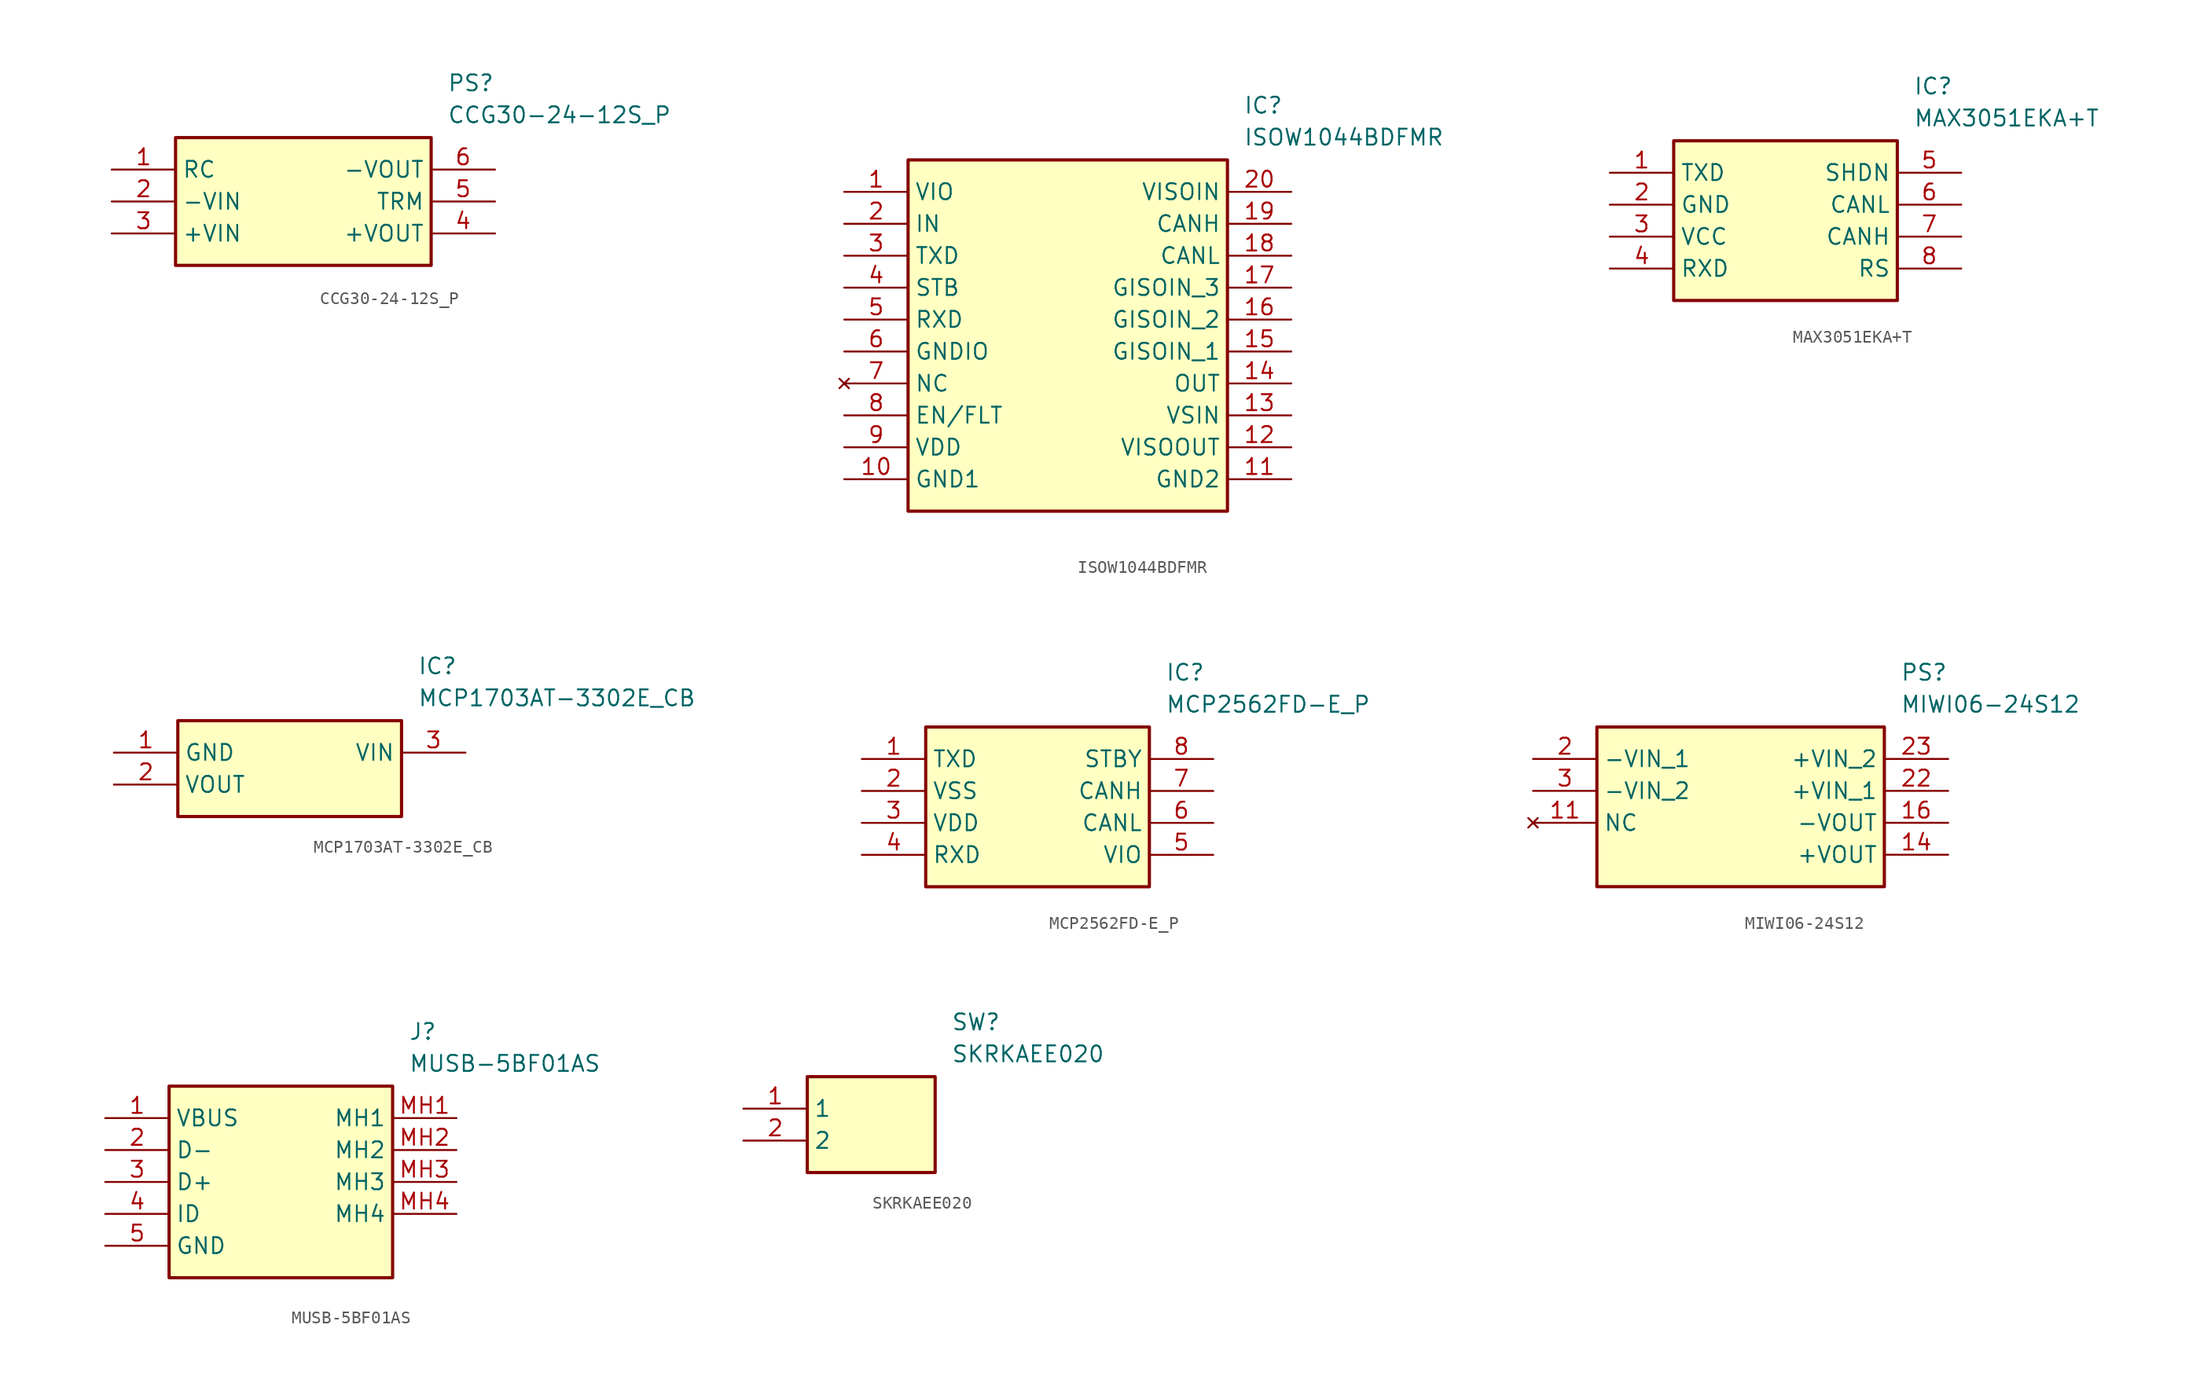
<source format=kicad_sym>
(kicad_symbol_lib
  (version 20220914)
  (generator kicad_symbol_editor)
  (symbol "CCG30-24-12S_P"
    (property "Reference" "PS"
      (at 26.67 7.62 0)
      (effects (font (size 1.27 1.27)) (justify left top)))
    (property "Value" "CCG30-24-12S_P"
      (at 26.67 5.08 0)
      (effects (font (size 1.27 1.27)) (justify left top)))
    (symbol "CCG30-24-12S_P_1_1"
      (rectangle (start 5.08 2.54) (end 25.4 -7.62) (stroke (width 0.254) (type default)) (fill (type background)))
      (pin passive line (at 0 0 0) (length 5.08) (name "RC" (effects (font (size 1.27 1.27)))) (number "1" (effects (font (size 1.27 1.27)))))
      (pin passive line (at 0 -2.54 0) (length 5.08) (name "-VIN" (effects (font (size 1.27 1.27)))) (number "2" (effects (font (size 1.27 1.27)))))
      (pin passive line (at 0 -5.08 0) (length 5.08) (name "+VIN" (effects (font (size 1.27 1.27)))) (number "3" (effects (font (size 1.27 1.27)))))
      (pin passive line (at 30.48 -5.08 180) (length 5.08) (name "+VOUT" (effects (font (size 1.27 1.27)))) (number "4" (effects (font (size 1.27 1.27)))))
      (pin passive line (at 30.48 -2.54 180) (length 5.08) (name "TRM" (effects (font (size 1.27 1.27)))) (number "5" (effects (font (size 1.27 1.27)))))
      (pin passive line (at 30.48 0 180) (length 5.08) (name "-VOUT" (effects (font (size 1.27 1.27)))) (number "6" (effects (font (size 1.27 1.27)))))))
  (symbol "ISOW1044BDFMR"
    (property "Reference" "IC"
      (at 31.75 7.62 0)
      (effects (font (size 1.27 1.27)) (justify left top)))
    (property "Value" "ISOW1044BDFMR"
      (at 31.75 5.08 0)
      (effects (font (size 1.27 1.27)) (justify left top)))
    (symbol "ISOW1044BDFMR_1_1"
      (rectangle (start 5.08 2.54) (end 30.48 -25.4) (stroke (width 0.254) (type default)) (fill (type background)))
      (pin passive line (at 0 0 0) (length 5.08) (name "VIO" (effects (font (size 1.27 1.27)))) (number "1" (effects (font (size 1.27 1.27)))))
      (pin passive line (at 0 -22.86 0) (length 5.08) (name "GND1" (effects (font (size 1.27 1.27)))) (number "10" (effects (font (size 1.27 1.27)))))
      (pin passive line (at 35.56 -22.86 180) (length 5.08) (name "GND2" (effects (font (size 1.27 1.27)))) (number "11" (effects (font (size 1.27 1.27)))))
      (pin passive line (at 35.56 -20.32 180) (length 5.08) (name "VISOOUT" (effects (font (size 1.27 1.27)))) (number "12" (effects (font (size 1.27 1.27)))))
      (pin passive line (at 35.56 -17.78 180) (length 5.08) (name "VSIN" (effects (font (size 1.27 1.27)))) (number "13" (effects (font (size 1.27 1.27)))))
      (pin passive line (at 35.56 -15.24 180) (length 5.08) (name "OUT" (effects (font (size 1.27 1.27)))) (number "14" (effects (font (size 1.27 1.27)))))
      (pin passive line (at 35.56 -12.7 180) (length 5.08) (name "GISOIN_1" (effects (font (size 1.27 1.27)))) (number "15" (effects (font (size 1.27 1.27)))))
      (pin passive line (at 35.56 -10.16 180) (length 5.08) (name "GISOIN_2" (effects (font (size 1.27 1.27)))) (number "16" (effects (font (size 1.27 1.27)))))
      (pin passive line (at 35.56 -7.62 180) (length 5.08) (name "GISOIN_3" (effects (font (size 1.27 1.27)))) (number "17" (effects (font (size 1.27 1.27)))))
      (pin passive line (at 35.56 -5.08 180) (length 5.08) (name "CANL" (effects (font (size 1.27 1.27)))) (number "18" (effects (font (size 1.27 1.27)))))
      (pin passive line (at 35.56 -2.54 180) (length 5.08) (name "CANH" (effects (font (size 1.27 1.27)))) (number "19" (effects (font (size 1.27 1.27)))))
      (pin passive line (at 0 -2.54 0) (length 5.08) (name "IN" (effects (font (size 1.27 1.27)))) (number "2" (effects (font (size 1.27 1.27)))))
      (pin passive line (at 35.56 0 180) (length 5.08) (name "VISOIN" (effects (font (size 1.27 1.27)))) (number "20" (effects (font (size 1.27 1.27)))))
      (pin passive line (at 0 -5.08 0) (length 5.08) (name "TXD" (effects (font (size 1.27 1.27)))) (number "3" (effects (font (size 1.27 1.27)))))
      (pin passive line (at 0 -7.62 0) (length 5.08) (name "STB" (effects (font (size 1.27 1.27)))) (number "4" (effects (font (size 1.27 1.27)))))
      (pin passive line (at 0 -10.16 0) (length 5.08) (name "RXD" (effects (font (size 1.27 1.27)))) (number "5" (effects (font (size 1.27 1.27)))))
      (pin passive line (at 0 -12.7 0) (length 5.08) (name "GNDIO" (effects (font (size 1.27 1.27)))) (number "6" (effects (font (size 1.27 1.27)))))
      (pin no_connect line (at 0 -15.24 0) (length 5.08) (name "NC" (effects (font (size 1.27 1.27)))) (number "7" (effects (font (size 1.27 1.27)))))
      (pin passive line (at 0 -17.78 0) (length 5.08) (name "EN/FLT" (effects (font (size 1.27 1.27)))) (number "8" (effects (font (size 1.27 1.27)))))
      (pin passive line (at 0 -20.32 0) (length 5.08) (name "VDD" (effects (font (size 1.27 1.27)))) (number "9" (effects (font (size 1.27 1.27)))))))
  (symbol "MAX3051EKA+T"
    (property "Reference" "IC"
      (at 24.13 7.62 0)
      (effects (font (size 1.27 1.27)) (justify left top)))
    (property "Value" "MAX3051EKA+T"
      (at 24.13 5.08 0)
      (effects (font (size 1.27 1.27)) (justify left top)))
    (symbol "MAX3051EKA+T_1_1"
      (rectangle (start 5.08 2.54) (end 22.86 -10.16) (stroke (width 0.254) (type default)) (fill (type background)))
      (pin bidirectional line (at 0 0 0) (length 5.08) (name "TXD" (effects (font (size 1.27 1.27)))) (number "1" (effects (font (size 1.27 1.27)))))
      (pin power_in line (at 0 -2.54 0) (length 5.08) (name "GND" (effects (font (size 1.27 1.27)))) (number "2" (effects (font (size 1.27 1.27)))))
      (pin power_in line (at 0 -5.08 0) (length 5.08) (name "VCC" (effects (font (size 1.27 1.27)))) (number "3" (effects (font (size 1.27 1.27)))))
      (pin bidirectional line (at 0 -7.62 0) (length 5.08) (name "RXD" (effects (font (size 1.27 1.27)))) (number "4" (effects (font (size 1.27 1.27)))))
      (pin input line (at 27.94 0 180) (length 5.08) (name "SHDN" (effects (font (size 1.27 1.27)))) (number "5" (effects (font (size 1.27 1.27)))))
      (pin bidirectional line (at 27.94 -2.54 180) (length 5.08) (name "CANL" (effects (font (size 1.27 1.27)))) (number "6" (effects (font (size 1.27 1.27)))))
      (pin bidirectional line (at 27.94 -5.08 180) (length 5.08) (name "CANH" (effects (font (size 1.27 1.27)))) (number "7" (effects (font (size 1.27 1.27)))))
      (pin input line (at 27.94 -7.62 180) (length 5.08) (name "RS" (effects (font (size 1.27 1.27)))) (number "8" (effects (font (size 1.27 1.27)))))))
  (symbol "MCP1703AT-3302E_CB"
    (property "Reference" "IC"
      (at 24.13 7.62 0)
      (effects (font (size 1.27 1.27)) (justify left top)))
    (property "Value" "MCP1703AT-3302E_CB"
      (at 24.13 5.08 0)
      (effects (font (size 1.27 1.27)) (justify left top)))
    (symbol "MCP1703AT-3302E_CB_1_1"
      (rectangle (start 5.08 2.54) (end 22.86 -5.08) (stroke (width 0.254) (type default)) (fill (type background)))
      (pin passive line (at 0 0 0) (length 5.08) (name "GND" (effects (font (size 1.27 1.27)))) (number "1" (effects (font (size 1.27 1.27)))))
      (pin passive line (at 0 -2.54 0) (length 5.08) (name "VOUT" (effects (font (size 1.27 1.27)))) (number "2" (effects (font (size 1.27 1.27)))))
      (pin passive line (at 27.94 0 180) (length 5.08) (name "VIN" (effects (font (size 1.27 1.27)))) (number "3" (effects (font (size 1.27 1.27)))))))
  (symbol "MCP2562FD-E_P"
    (property "Reference" "IC"
      (at 24.13 7.62 0)
      (effects (font (size 1.27 1.27)) (justify left top)))
    (property "Value" "MCP2562FD-E_P"
      (at 24.13 5.08 0)
      (effects (font (size 1.27 1.27)) (justify left top)))
    (symbol "MCP2562FD-E_P_1_1"
      (rectangle (start 5.08 2.54) (end 22.86 -10.16) (stroke (width 0.254) (type default)) (fill (type background)))
      (pin passive line (at 0 0 0) (length 5.08) (name "TXD" (effects (font (size 1.27 1.27)))) (number "1" (effects (font (size 1.27 1.27)))))
      (pin passive line (at 0 -2.54 0) (length 5.08) (name "VSS" (effects (font (size 1.27 1.27)))) (number "2" (effects (font (size 1.27 1.27)))))
      (pin passive line (at 0 -5.08 0) (length 5.08) (name "VDD" (effects (font (size 1.27 1.27)))) (number "3" (effects (font (size 1.27 1.27)))))
      (pin passive line (at 0 -7.62 0) (length 5.08) (name "RXD" (effects (font (size 1.27 1.27)))) (number "4" (effects (font (size 1.27 1.27)))))
      (pin passive line (at 27.94 -7.62 180) (length 5.08) (name "VIO" (effects (font (size 1.27 1.27)))) (number "5" (effects (font (size 1.27 1.27)))))
      (pin passive line (at 27.94 -5.08 180) (length 5.08) (name "CANL" (effects (font (size 1.27 1.27)))) (number "6" (effects (font (size 1.27 1.27)))))
      (pin passive line (at 27.94 -2.54 180) (length 5.08) (name "CANH" (effects (font (size 1.27 1.27)))) (number "7" (effects (font (size 1.27 1.27)))))
      (pin passive line (at 27.94 0 180) (length 5.08) (name "STBY" (effects (font (size 1.27 1.27)))) (number "8" (effects (font (size 1.27 1.27)))))))
  (symbol "MIWI06-24S12"
    (property "Reference" "PS"
      (at 29.21 7.62 0)
      (effects (font (size 1.27 1.27)) (justify left top)))
    (property "Value" "MIWI06-24S12"
      (at 29.21 5.08 0)
      (effects (font (size 1.27 1.27)) (justify left top)))
    (symbol "MIWI06-24S12_1_1"
      (rectangle (start 5.08 2.54) (end 27.94 -10.16) (stroke (width 0.254) (type default)) (fill (type background)))
      (pin no_connect line (at 0 -5.08 0) (length 5.08) (name "NC" (effects (font (size 1.27 1.27)))) (number "11" (effects (font (size 1.27 1.27)))))
      (pin passive line (at 33.02 -7.62 180) (length 5.08) (name "+VOUT" (effects (font (size 1.27 1.27)))) (number "14" (effects (font (size 1.27 1.27)))))
      (pin passive line (at 33.02 -5.08 180) (length 5.08) (name "-VOUT" (effects (font (size 1.27 1.27)))) (number "16" (effects (font (size 1.27 1.27)))))
      (pin passive line (at 0 0 0) (length 5.08) (name "-VIN_1" (effects (font (size 1.27 1.27)))) (number "2" (effects (font (size 1.27 1.27)))))
      (pin passive line (at 33.02 -2.54 180) (length 5.08) (name "+VIN_1" (effects (font (size 1.27 1.27)))) (number "22" (effects (font (size 1.27 1.27)))))
      (pin passive line (at 33.02 0 180) (length 5.08) (name "+VIN_2" (effects (font (size 1.27 1.27)))) (number "23" (effects (font (size 1.27 1.27)))))
      (pin passive line (at 0 -2.54 0) (length 5.08) (name "-VIN_2" (effects (font (size 1.27 1.27)))) (number "3" (effects (font (size 1.27 1.27)))))))
  (symbol "MUSB-5BF01AS"
    (property "Reference" "J"
      (at 24.13 7.62 0)
      (effects (font (size 1.27 1.27)) (justify left top)))
    (property "Value" "MUSB-5BF01AS"
      (at 24.13 5.08 0)
      (effects (font (size 1.27 1.27)) (justify left top)))
    (symbol "MUSB-5BF01AS_1_1"
      (rectangle (start 5.08 2.54) (end 22.86 -12.7) (stroke (width 0.254) (type default)) (fill (type background)))
      (pin passive line (at 0 0 0) (length 5.08) (name "VBUS" (effects (font (size 1.27 1.27)))) (number "1" (effects (font (size 1.27 1.27)))))
      (pin passive line (at 0 -2.54 0) (length 5.08) (name "D-" (effects (font (size 1.27 1.27)))) (number "2" (effects (font (size 1.27 1.27)))))
      (pin passive line (at 0 -5.08 0) (length 5.08) (name "D+" (effects (font (size 1.27 1.27)))) (number "3" (effects (font (size 1.27 1.27)))))
      (pin passive line (at 0 -7.62 0) (length 5.08) (name "ID" (effects (font (size 1.27 1.27)))) (number "4" (effects (font (size 1.27 1.27)))))
      (pin passive line (at 0 -10.16 0) (length 5.08) (name "GND" (effects (font (size 1.27 1.27)))) (number "5" (effects (font (size 1.27 1.27)))))
      (pin passive line (at 27.94 0 180) (length 5.08) (name "MH1" (effects (font (size 1.27 1.27)))) (number "MH1" (effects (font (size 1.27 1.27)))))
      (pin passive line (at 27.94 -2.54 180) (length 5.08) (name "MH2" (effects (font (size 1.27 1.27)))) (number "MH2" (effects (font (size 1.27 1.27)))))
      (pin passive line (at 27.94 -5.08 180) (length 5.08) (name "MH3" (effects (font (size 1.27 1.27)))) (number "MH3" (effects (font (size 1.27 1.27)))))
      (pin passive line (at 27.94 -7.62 180) (length 5.08) (name "MH4" (effects (font (size 1.27 1.27)))) (number "MH4" (effects (font (size 1.27 1.27)))))))
  (symbol "SKRKAEE020"
    (property "Reference" "SW"
      (at 16.51 7.62 0)
      (effects (font (size 1.27 1.27)) (justify left top)))
    (property "Value" "SKRKAEE020"
      (at 16.51 5.08 0)
      (effects (font (size 1.27 1.27)) (justify left top)))
    (symbol "SKRKAEE020_1_1"
      (rectangle (start 5.08 2.54) (end 15.24 -5.08) (stroke (width 0.254) (type default)) (fill (type background)))
      (pin passive line (at 0 0 0) (length 5.08) (name "1" (effects (font (size 1.27 1.27)))) (number "1" (effects (font (size 1.27 1.27)))))
      (pin passive line (at 0 -2.54 0) (length 5.08) (name "2" (effects (font (size 1.27 1.27)))) (number "2" (effects (font (size 1.27 1.27))))))))
</source>
